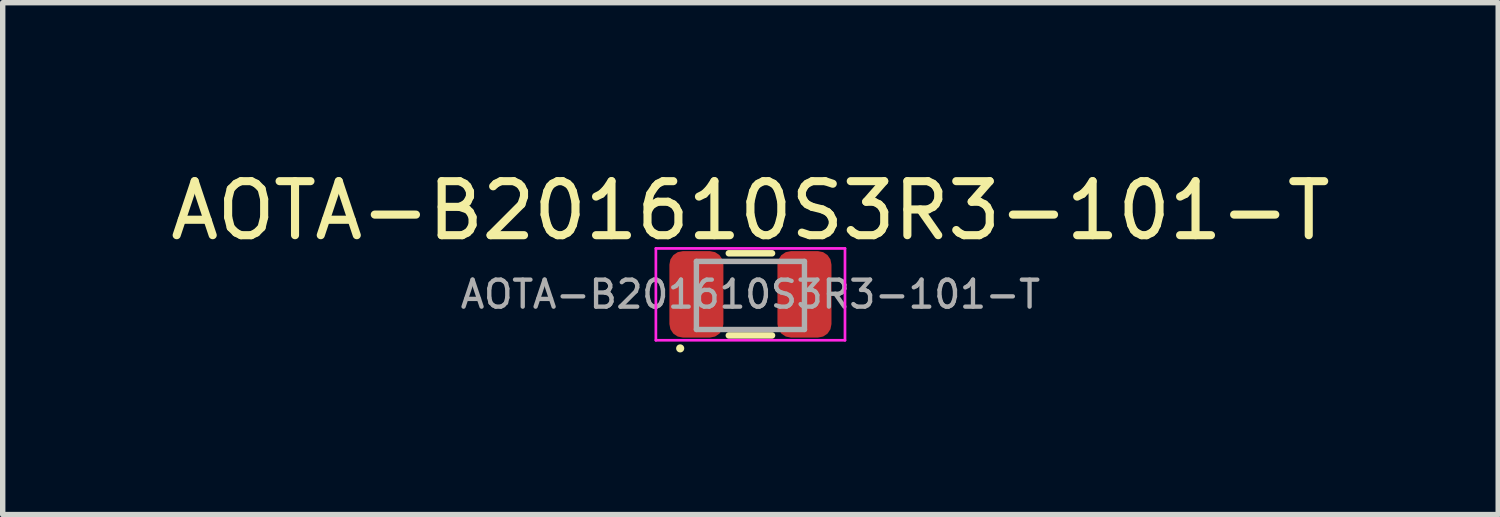
<source format=kicad_pcb>
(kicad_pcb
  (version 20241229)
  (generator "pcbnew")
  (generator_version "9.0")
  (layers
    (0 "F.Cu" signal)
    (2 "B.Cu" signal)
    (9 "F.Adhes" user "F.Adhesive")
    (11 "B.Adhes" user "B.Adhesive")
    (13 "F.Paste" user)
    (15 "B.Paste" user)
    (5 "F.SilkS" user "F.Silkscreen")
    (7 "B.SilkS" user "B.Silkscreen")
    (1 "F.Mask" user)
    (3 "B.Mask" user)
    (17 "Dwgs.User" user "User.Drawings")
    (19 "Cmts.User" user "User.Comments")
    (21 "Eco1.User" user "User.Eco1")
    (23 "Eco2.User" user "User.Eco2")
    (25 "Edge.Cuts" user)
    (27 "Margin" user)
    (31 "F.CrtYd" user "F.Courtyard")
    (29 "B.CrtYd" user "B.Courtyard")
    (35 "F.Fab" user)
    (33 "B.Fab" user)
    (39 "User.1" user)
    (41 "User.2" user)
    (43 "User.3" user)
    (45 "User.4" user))
  (footprint "AOTA-B201610S3R3-101-T"
    (layer "F.Cu")
    (at 10.839 2.398)
    (property "Reference" "AOTA-B201610S3R3-101-T" (at 0 -1.55 0) (layer "F.SilkS") (effects (font (size 1 1) (thickness 0.15))))
    (attr smd)
    (fp_line (start -0.4 -0.76) (end 0.4 -0.76) (stroke (width 0.12) (type solid)) (layer "F.SilkS"))
    (fp_line (start -0.4 0.76) (end 0.4 0.76) (stroke (width 0.12) (type solid)) (layer "F.SilkS"))
    (fp_circle (center -1.3 1) (end -1.3 1.025) (stroke (width 0.1) (type default)) (fill yes) (layer "F.SilkS"))
    (fp_line (start -1.75 -0.85) (end 1.75 -0.85) (stroke (width 0.05) (type solid)) (layer "F.CrtYd"))
    (fp_line (start -1.75 0.85) (end -1.75 -0.85) (stroke (width 0.05) (type solid)) (layer "F.CrtYd"))
    (fp_line (start 1.75 -0.85) (end 1.75 0.85) (stroke (width 0.05) (type solid)) (layer "F.CrtYd"))
    (fp_line (start 1.75 0.85) (end -1.75 0.85) (stroke (width 0.05) (type solid)) (layer "F.CrtYd"))
    (fp_line (start -1 -0.61) (end 1 -0.61) (stroke (width 0.1) (type solid)) (layer "F.Fab"))
    (fp_line (start -1 0.65) (end -1 -0.61) (stroke (width 0.1) (type solid)) (layer "F.Fab"))
    (fp_line (start 1 -0.61) (end 1 0.65) (stroke (width 0.1) (type solid)) (layer "F.Fab"))
    (fp_line (start 1 0.65) (end -1 0.65) (stroke (width 0.1) (type solid)) (layer "F.Fab"))
    (fp_text user "${REFERENCE}" (at 0 0 0) (layer "F.Fab") (effects (font (size 0.5 0.5) (thickness 0.08))))
    (pad "1" smd roundrect (at -1 0) (size 1 1.6) (layers "F.Cu" "F.Mask" "F.Paste") (roundrect_rratio 0.25))
    (pad "2" smd roundrect (at 1 0) (size 1 1.6) (layers "F.Cu" "F.Mask" "F.Paste") (roundrect_rratio 0.25)))
  (gr_rect
    (start -3 -3)
    (end 24.679 6.474)
    (stroke (width 0.1) (type default))
    (fill no)
    (layer "Edge.Cuts")))
</source>
